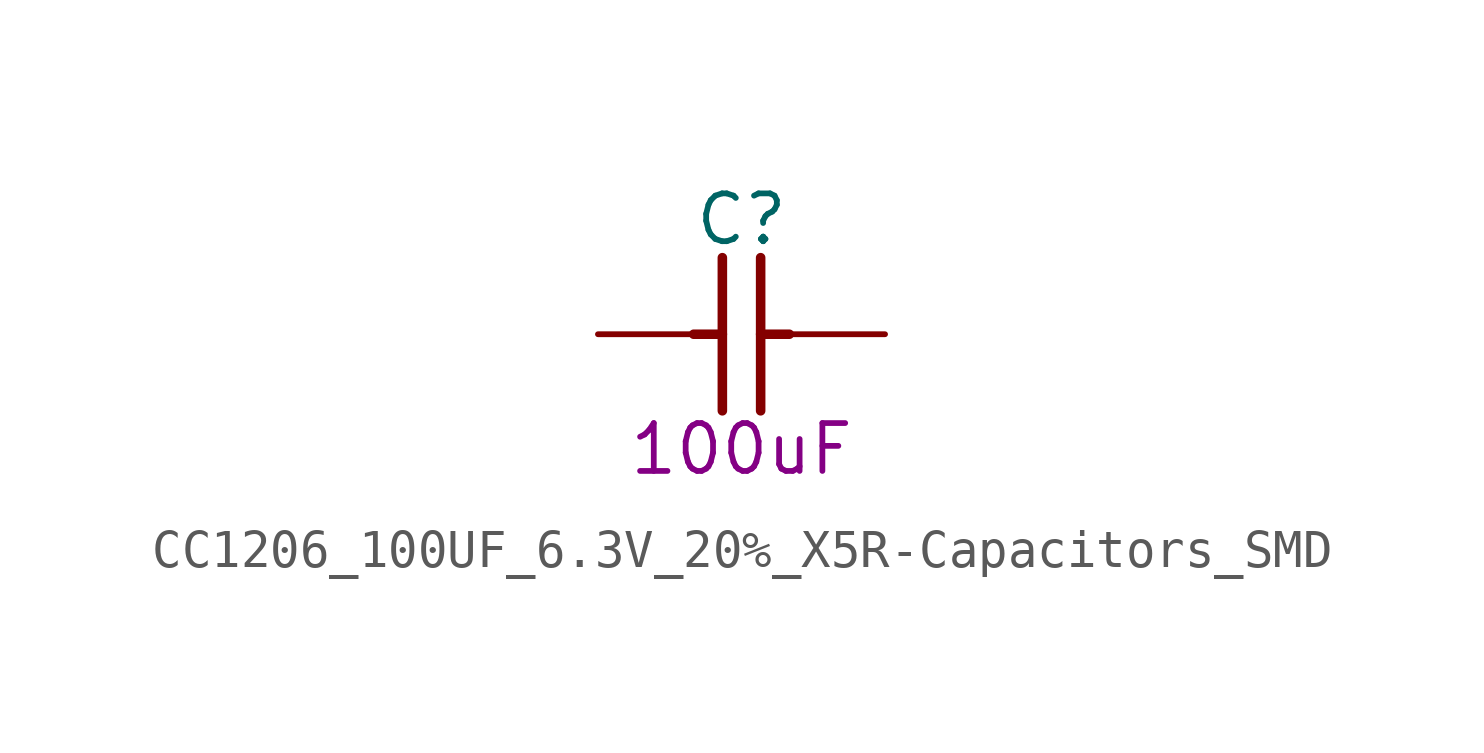
<source format=kicad_sym>
(kicad_symbol_lib
  (version 20200126)
  (host kicad_symbol_editor "(5.99.0-2809-gaceed2b0a4)")
  (symbol "LCD_Board-rescue:CC1206_100UF_6.3V_20%_X5R-Capacitors_SMD"
    (pin_names
      (offset 1.27))
    (property "Reference" "C"
      (at 3.81 3.048 0)
      (effects (font (size 1.27 1.27))))
    (property "Val" "100uF"
      (at 3.81 -3.048 0)
      (effects (font (size 1.27 1.27))))
    (property "ki_locked" ""
      (at 0 0 0)
      (effects (font (size 1.27 1.27))))
    (symbol "CC1206_100UF_6.3V_20%_X5R-Capacitors_SMD_0_1"
      (polyline (pts (xy 2.54 0) (xy 3.302 0)) (stroke (width 0.254)) (fill (type none)))
      (polyline (pts (xy 3.302 -2.032) (xy 3.302 2.032)) (stroke (width 0.254)) (fill (type none)))
      (polyline (pts (xy 4.318 2.032) (xy 4.318 -2.032)) (stroke (width 0.254)) (fill (type none)))
      (polyline (pts (xy 5.08 0) (xy 4.318 0)) (stroke (width 0.254)) (fill (type none)))
      (pin passive line (at 0 0 0) (length 2.54) (name "1" (effects (font (size 0 0)))) (number "1" (effects (font (size 0 0)))))
      (pin passive line (at 7.62 0 180) (length 2.54) (name "2" (effects (font (size 0 0)))) (number "2" (effects (font (size 0 0))))))))
</source>
